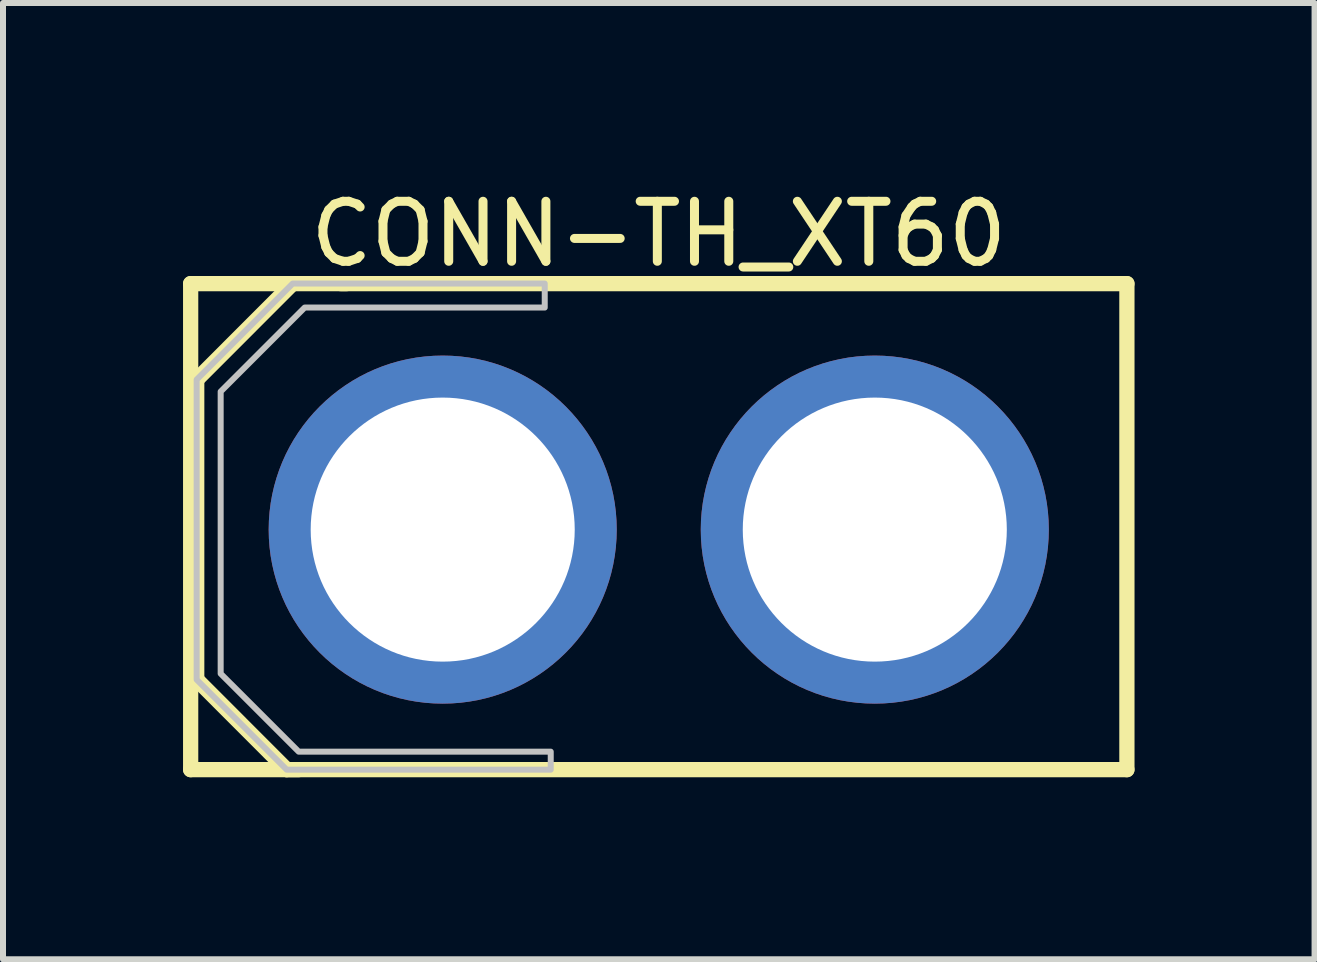
<source format=kicad_pcb>
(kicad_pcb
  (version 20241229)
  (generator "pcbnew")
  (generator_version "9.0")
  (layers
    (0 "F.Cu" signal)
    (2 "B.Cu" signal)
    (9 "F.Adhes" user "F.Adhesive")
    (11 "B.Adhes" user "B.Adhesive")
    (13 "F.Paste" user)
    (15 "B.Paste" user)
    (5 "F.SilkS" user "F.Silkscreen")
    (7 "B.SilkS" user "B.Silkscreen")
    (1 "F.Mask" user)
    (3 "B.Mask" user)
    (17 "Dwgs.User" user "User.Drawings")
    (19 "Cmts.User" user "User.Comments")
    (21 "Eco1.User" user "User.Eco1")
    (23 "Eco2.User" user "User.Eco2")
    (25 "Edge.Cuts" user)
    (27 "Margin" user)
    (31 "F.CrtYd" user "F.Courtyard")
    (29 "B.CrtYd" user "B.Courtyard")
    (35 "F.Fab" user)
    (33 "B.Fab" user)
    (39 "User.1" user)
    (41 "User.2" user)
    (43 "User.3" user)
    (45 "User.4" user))
  (footprint "CONN-TH_XT60"
    (layer "F.Cu")
    (at 7.927 5.775)
    (property "Reference" "CONN-TH_XT60" (at 0.00025 -4.926 0) (layer "F.SilkS") (effects (font (size 1 1) (thickness 0.15))))
    (fp_line (start -7.8 -4.099) (end -7.8 4) (stroke (width 0.254) (type default)) (layer "F.SilkS"))
    (fp_line (start -7.8 4) (end -6 4) (stroke (width 0.254) (type default)) (layer "F.SilkS"))
    (fp_line (start -7.699 -2.499) (end -7.699 2.499) (stroke (width 0.254) (type default)) (layer "F.SilkS"))
    (fp_line (start -7.699 2.499) (end -6.2 4) (stroke (width 0.254) (type default)) (layer "F.SilkS"))
    (fp_line (start -6.2 4) (end 7.801 4) (stroke (width 0.254) (type default)) (layer "F.SilkS"))
    (fp_line (start -6.101 -4.099) (end -7.8 -4.099) (stroke (width 0.254) (type default)) (layer "F.SilkS"))
    (fp_line (start -6.101 -4.099) (end -7.699 -2.499) (stroke (width 0.254) (type default)) (layer "F.SilkS"))
    (fp_line (start -5.199 -4.099) (end -6.101 -4.099) (stroke (width 0.254) (type default)) (layer "F.SilkS"))
    (fp_line (start 7.801 -4.099) (end -5.301 -4.099) (stroke (width 0.254) (type default)) (layer "F.SilkS"))
    (fp_line (start 7.801 4) (end 7.801 -4.099) (stroke (width 0.254) (type default)) (layer "F.SilkS"))
    (fp_poly (pts (xy -1.9 -4.1) (xy -6.1 -4.1) (xy -7.7 -2.5) (xy -7.7 2.5) (xy -6.2 4) (xy -1.8 4) (xy -1.8 3.7) (xy -6 3.7) (xy -7.3 2.4) (xy -7.3 -2.3) (xy -5.9 -3.7) (xy -1.9 -3.7)) (stroke (width 0.1) (type default)) (fill no) (layer "Dwgs.User"))
    (fp_poly (pts (xy -1.85 0) (xy -1.87 -0.261) (xy -1.928 -0.516) (xy -2.023 -0.759) (xy -2.154 -0.986) (xy -2.317 -1.19) (xy -2.509 -1.368) (xy -2.725 -1.516) (xy -2.961 -1.629) (xy -3.211 -1.706) (xy -3.469 -1.745) (xy -3.731 -1.745) (xy -3.989 -1.706) (xy -4.239 -1.629) (xy -4.475 -1.516) (xy -4.691 -1.368) (xy -4.883 -1.19) (xy -5.046 -0.986) (xy -5.177 -0.759) (xy -5.272 -0.516) (xy -5.33 -0.261) (xy -5.35 0) (xy -5.33 0.261) (xy -5.272 0.516) (xy -5.177 0.759) (xy -5.046 0.986) (xy -4.883 1.19) (xy -4.691 1.368) (xy -4.475 1.516) (xy -4.239 1.629) (xy -3.989 1.706) (xy -3.731 1.745) (xy -3.469 1.745) (xy -3.211 1.706) (xy -2.961 1.629) (xy -2.725 1.516) (xy -2.509 1.368) (xy -2.317 1.19) (xy -2.154 0.986) (xy -2.023 0.759) (xy -1.928 0.516) (xy -1.87 0.261)) (stroke (width 0.1) (type default)) (fill no) (layer "User.1"))
    (fp_poly (pts (xy 5.35 0) (xy 5.33 -0.261) (xy 5.272 -0.516) (xy 5.177 -0.759) (xy 5.046 -0.986) (xy 4.883 -1.19) (xy 4.691 -1.368) (xy 4.475 -1.516) (xy 4.239 -1.629) (xy 3.989 -1.706) (xy 3.731 -1.745) (xy 3.469 -1.745) (xy 3.211 -1.706) (xy 2.961 -1.629) (xy 2.725 -1.516) (xy 2.509 -1.368) (xy 2.317 -1.19) (xy 2.154 -0.986) (xy 2.023 -0.759) (xy 1.928 -0.516) (xy 1.87 -0.261) (xy 1.85 0) (xy 1.87 0.261) (xy 1.928 0.516) (xy 2.023 0.759) (xy 2.154 0.986) (xy 2.317 1.19) (xy 2.509 1.368) (xy 2.725 1.516) (xy 2.961 1.629) (xy 3.211 1.706) (xy 3.469 1.745) (xy 3.731 1.745) (xy 3.989 1.706) (xy 4.239 1.629) (xy 4.475 1.516) (xy 4.691 1.368) (xy 4.883 1.19) (xy 5.046 0.986) (xy 5.177 0.759) (xy 5.272 0.516) (xy 5.33 0.261)) (stroke (width 0.1) (type default)) (fill no) (layer "User.1"))
    (fp_line (start -7.75 -4.05) (end 7.75 -4.05) (stroke (width 0.051) (type default)) (layer "User.2"))
    (fp_line (start -7.75 4.05) (end -7.75 -4.05) (stroke (width 0.051) (type default)) (layer "User.2"))
    (fp_line (start 7.75 -4.05) (end 7.75 4.05) (stroke (width 0.051) (type default)) (layer "User.2"))
    (fp_line (start 7.75 4.05) (end -7.75 4.05) (stroke (width 0.051) (type default)) (layer "User.2"))
    (fp_poly (pts (xy -7.69 4.05) (xy -7.708 4.008) (xy -7.75 3.99) (xy -7.792 4.008) (xy -7.81 4.05) (xy -7.792 4.092) (xy -7.75 4.11) (xy -7.708 4.092)) (stroke (width 0.1) (type default)) (fill no) (layer "User.3"))
    (pad "1" thru_hole circle (at -3.6 0) (size 5.8 5.8) (drill 4.4) (layers "*.Cu" "*.Mask"))
    (pad "2" thru_hole circle (at 3.6 0) (size 5.8 5.8) (drill 4.4) (layers "*.Cu" "*.Mask")))
  (gr_rect
    (start -3 -3)
    (end 18.855 12.935)
    (stroke (width 0.1) (type default))
    (fill no)
    (layer "Edge.Cuts")))
</source>
